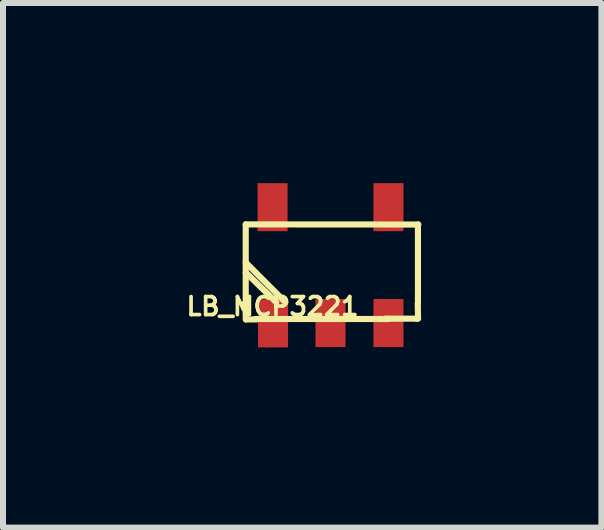
<source format=kicad_pcb>
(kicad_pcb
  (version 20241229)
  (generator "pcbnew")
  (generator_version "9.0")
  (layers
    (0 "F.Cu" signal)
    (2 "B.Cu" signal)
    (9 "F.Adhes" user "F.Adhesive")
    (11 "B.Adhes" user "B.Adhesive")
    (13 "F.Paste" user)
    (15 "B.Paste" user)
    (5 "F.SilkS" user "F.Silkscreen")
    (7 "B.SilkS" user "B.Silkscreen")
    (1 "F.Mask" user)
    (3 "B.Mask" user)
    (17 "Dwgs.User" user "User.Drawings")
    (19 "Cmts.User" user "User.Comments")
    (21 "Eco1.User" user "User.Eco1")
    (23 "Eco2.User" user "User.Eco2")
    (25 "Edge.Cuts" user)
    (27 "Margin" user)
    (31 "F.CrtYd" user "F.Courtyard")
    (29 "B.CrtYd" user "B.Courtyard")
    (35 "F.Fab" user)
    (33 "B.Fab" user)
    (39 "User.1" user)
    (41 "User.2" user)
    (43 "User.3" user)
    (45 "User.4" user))
  (footprint "LB_MCP3221"
    (layer "F.Cu")
    (at 1.489 2.254)
    (property "Reference" "LB_MCP3221" (at 0 -0.201 0) (layer "F.SilkS") (effects (font (size 0.3 0.3) (thickness 0.061))))
    (attr smd)
    (fp_line (start -0.452 -0.254) (end -0.46 -0.254) (stroke (width 0.102) (type solid)) (layer "F.SilkS"))
    (fp_line (start -0.447 -1.567) (end 2.426 -1.565) (stroke (width 0.102) (type solid)) (layer "F.SilkS"))
    (fp_line (start -0.447 -0.272) (end -0.447 -1.567) (stroke (width 0.102) (type solid)) (layer "F.SilkS"))
    (fp_line (start -0.445 0.015) (end -0.452 -0.254) (stroke (width 0.102) (type solid)) (layer "F.SilkS"))
    (fp_line (start -0.267 0.015) (end -0.445 0.015) (stroke (width 0.102) (type solid)) (layer "F.SilkS"))
    (fp_line (start 0.061 -0.272) (end -0.447 -0.767) (stroke (width 0.102) (type solid)) (layer "F.SilkS"))
    (fp_line (start 0.213 -0.272) (end -0.447 -0.932) (stroke (width 0.102) (type solid)) (layer "F.SilkS"))
    (fp_line (start 1.877 0.003) (end 2.398 0.003) (stroke (width 0.102) (type solid)) (layer "F.SilkS"))
    (fp_line (start 1.928 0.008) (end -0.282 0.008) (stroke (width 0.102) (type solid)) (layer "F.SilkS"))
    (fp_line (start 2.398 0.003) (end 2.423 0) (stroke (width 0.102) (type solid)) (layer "F.SilkS"))
    (fp_line (start 2.421 -1.547) (end 2.421 -0.251) (stroke (width 0.102) (type solid)) (layer "F.SilkS"))
    (fp_line (start 2.423 0) (end 2.418 -0.246) (stroke (width 0.102) (type solid)) (layer "F.SilkS"))
    (fp_line (start 2.426 -1.565) (end 2.421 -1.554) (stroke (width 0.102) (type solid)) (layer "F.SilkS"))
    (pad "1" smd rect (at 0.008 0.081) (size 0.5 0.8) (layers "F.Cu" "F.Mask" "F.Paste"))
    (pad "2" smd rect (at 0.965 0.076) (size 0.5 0.8) (layers "F.Cu" "F.Mask" "F.Paste"))
    (pad "3" smd rect (at 1.93 0.076) (size 0.5 0.8) (layers "F.Cu" "F.Mask" "F.Paste"))
    (pad "4" smd rect (at 1.93 -1.854) (size 0.5 0.8) (layers "F.Cu" "F.Mask" "F.Paste"))
    (pad "5" smd rect (at 0 -1.854) (size 0.5 0.8) (layers "F.Cu" "F.Mask" "F.Paste")))
  (gr_rect
    (start -3 -3)
    (end 6.965 5.736)
    (stroke (width 0.1) (type default))
    (fill no)
    (layer "Edge.Cuts")))
</source>
